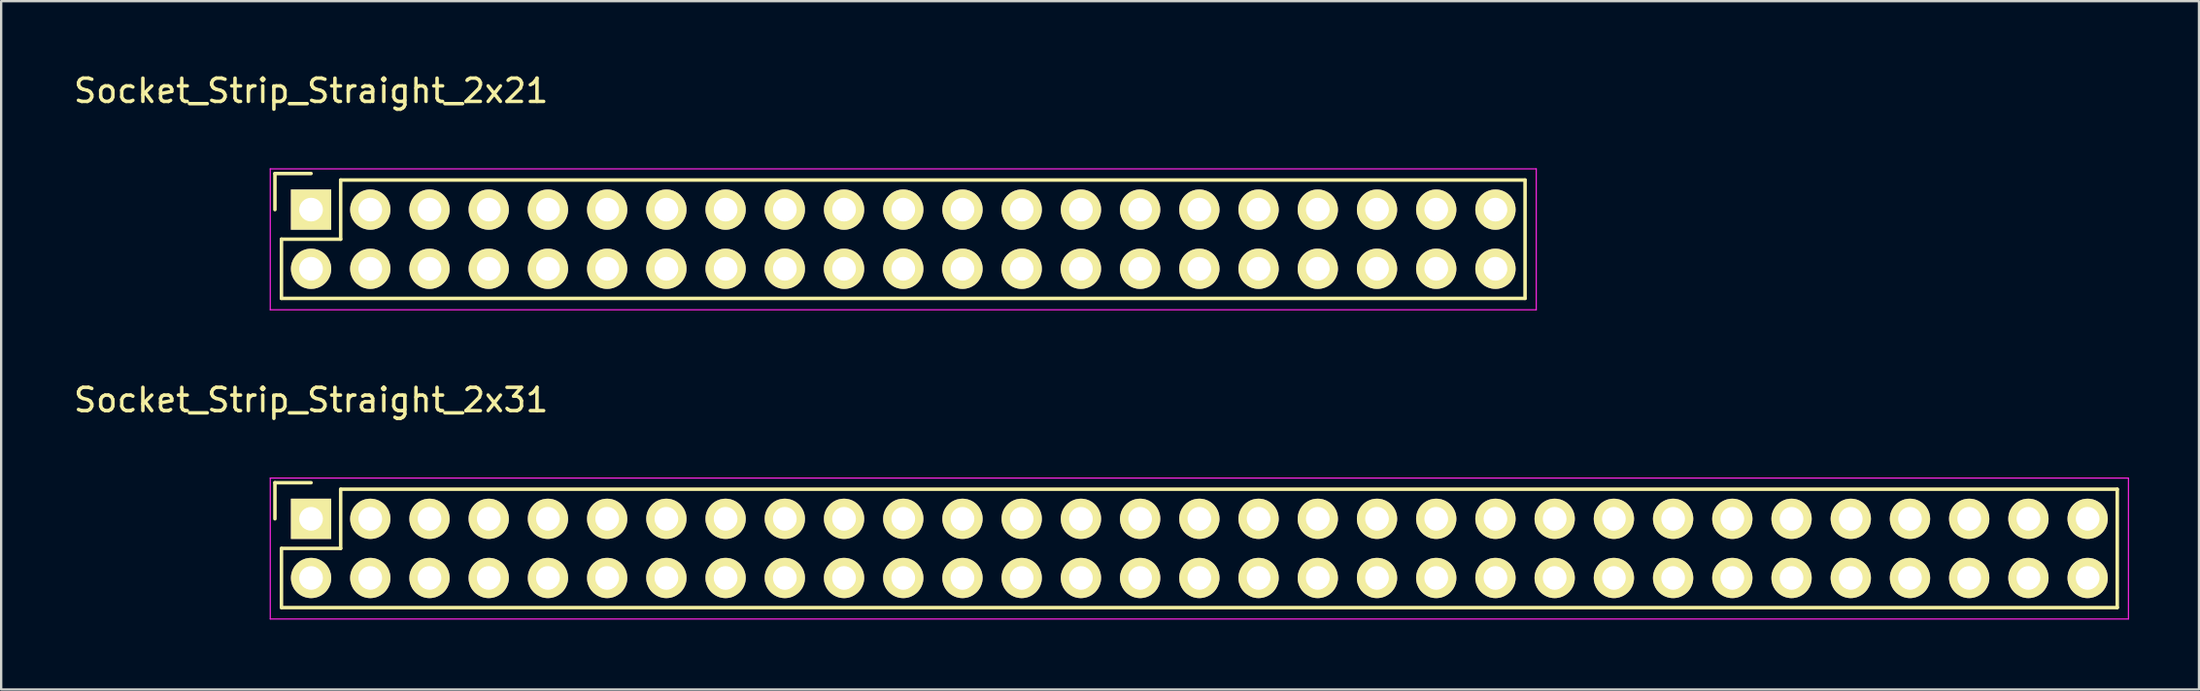
<source format=kicad_pcb>
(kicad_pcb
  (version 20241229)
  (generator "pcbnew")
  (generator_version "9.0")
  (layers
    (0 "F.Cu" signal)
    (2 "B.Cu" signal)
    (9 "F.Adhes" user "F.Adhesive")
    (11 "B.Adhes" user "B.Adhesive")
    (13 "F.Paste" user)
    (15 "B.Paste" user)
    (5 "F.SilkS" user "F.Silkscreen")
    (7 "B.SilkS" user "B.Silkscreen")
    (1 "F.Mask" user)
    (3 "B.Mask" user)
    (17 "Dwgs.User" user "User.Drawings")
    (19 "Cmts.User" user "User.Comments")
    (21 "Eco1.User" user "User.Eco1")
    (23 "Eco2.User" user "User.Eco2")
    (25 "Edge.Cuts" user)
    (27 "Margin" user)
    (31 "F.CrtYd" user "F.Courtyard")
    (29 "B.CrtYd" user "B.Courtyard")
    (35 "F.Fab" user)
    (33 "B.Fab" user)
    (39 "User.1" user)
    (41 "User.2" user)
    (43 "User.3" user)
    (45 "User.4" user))
  (footprint "Socket_Strip_Straight_2x21"
    (layer "F.Cu")
    (at 10.292 5.948)
    (property "Reference" "Socket_Strip_Straight_2x21" (at 0 -5.1 0) (layer "F.SilkS") (effects (font (size 1 1) (thickness 0.15))))
    (attr through_hole)
    (fp_line (start -1.55 -1.55) (end -1.55 0) (stroke (width 0.15) (type solid)) (layer "F.SilkS"))
    (fp_line (start -1.27 1.27) (end 1.27 1.27) (stroke (width 0.15) (type solid)) (layer "F.SilkS"))
    (fp_line (start -1.27 3.81) (end -1.27 1.27) (stroke (width 0.15) (type solid)) (layer "F.SilkS"))
    (fp_line (start 0 -1.55) (end -1.55 -1.55) (stroke (width 0.15) (type solid)) (layer "F.SilkS"))
    (fp_line (start 1.27 -1.27) (end 52.07 -1.27) (stroke (width 0.15) (type solid)) (layer "F.SilkS"))
    (fp_line (start 1.27 1.27) (end 1.27 -1.27) (stroke (width 0.15) (type solid)) (layer "F.SilkS"))
    (fp_line (start 52.07 3.81) (end -1.27 3.81) (stroke (width 0.15) (type solid)) (layer "F.SilkS"))
    (fp_line (start 52.07 3.81) (end 52.07 -1.27) (stroke (width 0.15) (type solid)) (layer "F.SilkS"))
    (fp_line (start -1.75 -1.75) (end -1.75 4.3) (stroke (width 0.05) (type solid)) (layer "F.CrtYd"))
    (fp_line (start -1.75 -1.75) (end 52.55 -1.75) (stroke (width 0.05) (type solid)) (layer "F.CrtYd"))
    (fp_line (start -1.75 4.3) (end 52.55 4.3) (stroke (width 0.05) (type solid)) (layer "F.CrtYd"))
    (fp_line (start 52.55 -1.75) (end 52.55 4.3) (stroke (width 0.05) (type solid)) (layer "F.CrtYd"))
    (pad "1" thru_hole rect (at 0 0) (size 1.727 1.727) (drill 1.016) (layers "*.Cu" "*.Mask" "F.SilkS"))
    (pad "2" thru_hole oval (at 0 2.54) (size 1.727 1.727) (drill 1.016) (layers "*.Cu" "*.Mask" "F.SilkS"))
    (pad "3" thru_hole oval (at 2.54 0) (size 1.727 1.727) (drill 1.016) (layers "*.Cu" "*.Mask" "F.SilkS"))
    (pad "4" thru_hole oval (at 2.54 2.54) (size 1.727 1.727) (drill 1.016) (layers "*.Cu" "*.Mask" "F.SilkS"))
    (pad "5" thru_hole oval (at 5.08 0) (size 1.727 1.727) (drill 1.016) (layers "*.Cu" "*.Mask" "F.SilkS"))
    (pad "6" thru_hole oval (at 5.08 2.54) (size 1.727 1.727) (drill 1.016) (layers "*.Cu" "*.Mask" "F.SilkS"))
    (pad "7" thru_hole oval (at 7.62 0) (size 1.727 1.727) (drill 1.016) (layers "*.Cu" "*.Mask" "F.SilkS"))
    (pad "8" thru_hole oval (at 7.62 2.54) (size 1.727 1.727) (drill 1.016) (layers "*.Cu" "*.Mask" "F.SilkS"))
    (pad "9" thru_hole oval (at 10.16 0) (size 1.727 1.727) (drill 1.016) (layers "*.Cu" "*.Mask" "F.SilkS"))
    (pad "10" thru_hole oval (at 10.16 2.54) (size 1.727 1.727) (drill 1.016) (layers "*.Cu" "*.Mask" "F.SilkS"))
    (pad "11" thru_hole oval (at 12.7 0) (size 1.727 1.727) (drill 1.016) (layers "*.Cu" "*.Mask" "F.SilkS"))
    (pad "12" thru_hole oval (at 12.7 2.54) (size 1.727 1.727) (drill 1.016) (layers "*.Cu" "*.Mask" "F.SilkS"))
    (pad "13" thru_hole oval (at 15.24 0) (size 1.727 1.727) (drill 1.016) (layers "*.Cu" "*.Mask" "F.SilkS"))
    (pad "14" thru_hole oval (at 15.24 2.54) (size 1.727 1.727) (drill 1.016) (layers "*.Cu" "*.Mask" "F.SilkS"))
    (pad "15" thru_hole oval (at 17.78 0) (size 1.727 1.727) (drill 1.016) (layers "*.Cu" "*.Mask" "F.SilkS"))
    (pad "16" thru_hole oval (at 17.78 2.54) (size 1.727 1.727) (drill 1.016) (layers "*.Cu" "*.Mask" "F.SilkS"))
    (pad "17" thru_hole oval (at 20.32 0) (size 1.727 1.727) (drill 1.016) (layers "*.Cu" "*.Mask" "F.SilkS"))
    (pad "18" thru_hole oval (at 20.32 2.54) (size 1.727 1.727) (drill 1.016) (layers "*.Cu" "*.Mask" "F.SilkS"))
    (pad "19" thru_hole oval (at 22.86 0) (size 1.727 1.727) (drill 1.016) (layers "*.Cu" "*.Mask" "F.SilkS"))
    (pad "20" thru_hole oval (at 22.86 2.54) (size 1.727 1.727) (drill 1.016) (layers "*.Cu" "*.Mask" "F.SilkS"))
    (pad "21" thru_hole oval (at 25.4 0) (size 1.727 1.727) (drill 1.016) (layers "*.Cu" "*.Mask" "F.SilkS"))
    (pad "22" thru_hole oval (at 25.4 2.54) (size 1.727 1.727) (drill 1.016) (layers "*.Cu" "*.Mask" "F.SilkS"))
    (pad "23" thru_hole oval (at 27.94 0) (size 1.727 1.727) (drill 1.016) (layers "*.Cu" "*.Mask" "F.SilkS"))
    (pad "24" thru_hole oval (at 27.94 2.54) (size 1.727 1.727) (drill 1.016) (layers "*.Cu" "*.Mask" "F.SilkS"))
    (pad "25" thru_hole oval (at 30.48 0) (size 1.727 1.727) (drill 1.016) (layers "*.Cu" "*.Mask" "F.SilkS"))
    (pad "26" thru_hole oval (at 30.48 2.54) (size 1.727 1.727) (drill 1.016) (layers "*.Cu" "*.Mask" "F.SilkS"))
    (pad "27" thru_hole oval (at 33.02 0) (size 1.727 1.727) (drill 1.016) (layers "*.Cu" "*.Mask" "F.SilkS"))
    (pad "28" thru_hole oval (at 33.02 2.54) (size 1.727 1.727) (drill 1.016) (layers "*.Cu" "*.Mask" "F.SilkS"))
    (pad "29" thru_hole oval (at 35.56 0) (size 1.727 1.727) (drill 1.016) (layers "*.Cu" "*.Mask" "F.SilkS"))
    (pad "30" thru_hole oval (at 35.56 2.54) (size 1.727 1.727) (drill 1.016) (layers "*.Cu" "*.Mask" "F.SilkS"))
    (pad "31" thru_hole oval (at 38.1 0) (size 1.727 1.727) (drill 1.016) (layers "*.Cu" "*.Mask" "F.SilkS"))
    (pad "32" thru_hole oval (at 38.1 2.54) (size 1.727 1.727) (drill 1.016) (layers "*.Cu" "*.Mask" "F.SilkS"))
    (pad "33" thru_hole oval (at 40.64 0) (size 1.727 1.727) (drill 1.016) (layers "*.Cu" "*.Mask" "F.SilkS"))
    (pad "34" thru_hole oval (at 40.64 2.54) (size 1.727 1.727) (drill 1.016) (layers "*.Cu" "*.Mask" "F.SilkS"))
    (pad "35" thru_hole oval (at 43.18 0) (size 1.727 1.727) (drill 1.016) (layers "*.Cu" "*.Mask" "F.SilkS"))
    (pad "36" thru_hole oval (at 43.18 2.54) (size 1.727 1.727) (drill 1.016) (layers "*.Cu" "*.Mask" "F.SilkS"))
    (pad "37" thru_hole oval (at 45.72 0) (size 1.727 1.727) (drill 1.016) (layers "*.Cu" "*.Mask" "F.SilkS"))
    (pad "38" thru_hole oval (at 45.72 2.54) (size 1.727 1.727) (drill 1.016) (layers "*.Cu" "*.Mask" "F.SilkS"))
    (pad "39" thru_hole oval (at 48.26 0) (size 1.727 1.727) (drill 1.016) (layers "*.Cu" "*.Mask" "F.SilkS"))
    (pad "40" thru_hole oval (at 48.26 2.54) (size 1.727 1.727) (drill 1.016) (layers "*.Cu" "*.Mask" "F.SilkS"))
    (pad "41" thru_hole oval (at 50.8 0) (size 1.727 1.727) (drill 1.016) (layers "*.Cu" "*.Mask" "F.SilkS"))
    (pad "42" thru_hole oval (at 50.8 2.54) (size 1.727 1.727) (drill 1.016) (layers "*.Cu" "*.Mask" "F.SilkS")))
  (footprint "Socket_Strip_Straight_2x31"
    (layer "F.Cu")
    (at 10.292 19.221)
    (property "Reference" "Socket_Strip_Straight_2x31" (at 0 -5.1 0) (layer "F.SilkS") (effects (font (size 1 1) (thickness 0.15))))
    (attr through_hole)
    (fp_line (start -1.55 -1.55) (end -1.55 0) (stroke (width 0.15) (type solid)) (layer "F.SilkS"))
    (fp_line (start -1.27 1.27) (end 1.27 1.27) (stroke (width 0.15) (type solid)) (layer "F.SilkS"))
    (fp_line (start -1.27 3.81) (end -1.27 1.27) (stroke (width 0.15) (type solid)) (layer "F.SilkS"))
    (fp_line (start -1.27 3.81) (end 77.47 3.81) (stroke (width 0.15) (type solid)) (layer "F.SilkS"))
    (fp_line (start 0 -1.55) (end -1.55 -1.55) (stroke (width 0.15) (type solid)) (layer "F.SilkS"))
    (fp_line (start 1.27 1.27) (end 1.27 -1.27) (stroke (width 0.15) (type solid)) (layer "F.SilkS"))
    (fp_line (start 77.47 -1.27) (end 1.27 -1.27) (stroke (width 0.15) (type solid)) (layer "F.SilkS"))
    (fp_line (start 77.47 3.81) (end 77.47 -1.27) (stroke (width 0.15) (type solid)) (layer "F.SilkS"))
    (fp_line (start -1.75 -1.75) (end -1.75 4.3) (stroke (width 0.05) (type solid)) (layer "F.CrtYd"))
    (fp_line (start -1.75 -1.75) (end 77.95 -1.75) (stroke (width 0.05) (type solid)) (layer "F.CrtYd"))
    (fp_line (start -1.75 4.3) (end 77.95 4.3) (stroke (width 0.05) (type solid)) (layer "F.CrtYd"))
    (fp_line (start 77.95 -1.75) (end 77.95 4.3) (stroke (width 0.05) (type solid)) (layer "F.CrtYd"))
    (pad "1" thru_hole rect (at 0 0) (size 1.727 1.727) (drill 1.016) (layers "*.Cu" "*.Mask" "F.SilkS"))
    (pad "2" thru_hole oval (at 0 2.54) (size 1.727 1.727) (drill 1.016) (layers "*.Cu" "*.Mask" "F.SilkS"))
    (pad "3" thru_hole oval (at 2.54 0) (size 1.727 1.727) (drill 1.016) (layers "*.Cu" "*.Mask" "F.SilkS"))
    (pad "4" thru_hole oval (at 2.54 2.54) (size 1.727 1.727) (drill 1.016) (layers "*.Cu" "*.Mask" "F.SilkS"))
    (pad "5" thru_hole oval (at 5.08 0) (size 1.727 1.727) (drill 1.016) (layers "*.Cu" "*.Mask" "F.SilkS"))
    (pad "6" thru_hole oval (at 5.08 2.54) (size 1.727 1.727) (drill 1.016) (layers "*.Cu" "*.Mask" "F.SilkS"))
    (pad "7" thru_hole oval (at 7.62 0) (size 1.727 1.727) (drill 1.016) (layers "*.Cu" "*.Mask" "F.SilkS"))
    (pad "8" thru_hole oval (at 7.62 2.54) (size 1.727 1.727) (drill 1.016) (layers "*.Cu" "*.Mask" "F.SilkS"))
    (pad "9" thru_hole oval (at 10.16 0) (size 1.727 1.727) (drill 1.016) (layers "*.Cu" "*.Mask" "F.SilkS"))
    (pad "10" thru_hole oval (at 10.16 2.54) (size 1.727 1.727) (drill 1.016) (layers "*.Cu" "*.Mask" "F.SilkS"))
    (pad "11" thru_hole oval (at 12.7 0) (size 1.727 1.727) (drill 1.016) (layers "*.Cu" "*.Mask" "F.SilkS"))
    (pad "12" thru_hole oval (at 12.7 2.54) (size 1.727 1.727) (drill 1.016) (layers "*.Cu" "*.Mask" "F.SilkS"))
    (pad "13" thru_hole oval (at 15.24 0) (size 1.727 1.727) (drill 1.016) (layers "*.Cu" "*.Mask" "F.SilkS"))
    (pad "14" thru_hole oval (at 15.24 2.54) (size 1.727 1.727) (drill 1.016) (layers "*.Cu" "*.Mask" "F.SilkS"))
    (pad "15" thru_hole oval (at 17.78 0) (size 1.727 1.727) (drill 1.016) (layers "*.Cu" "*.Mask" "F.SilkS"))
    (pad "16" thru_hole oval (at 17.78 2.54) (size 1.727 1.727) (drill 1.016) (layers "*.Cu" "*.Mask" "F.SilkS"))
    (pad "17" thru_hole oval (at 20.32 0) (size 1.727 1.727) (drill 1.016) (layers "*.Cu" "*.Mask" "F.SilkS"))
    (pad "18" thru_hole oval (at 20.32 2.54) (size 1.727 1.727) (drill 1.016) (layers "*.Cu" "*.Mask" "F.SilkS"))
    (pad "19" thru_hole oval (at 22.86 0) (size 1.727 1.727) (drill 1.016) (layers "*.Cu" "*.Mask" "F.SilkS"))
    (pad "20" thru_hole oval (at 22.86 2.54) (size 1.727 1.727) (drill 1.016) (layers "*.Cu" "*.Mask" "F.SilkS"))
    (pad "21" thru_hole oval (at 25.4 0) (size 1.727 1.727) (drill 1.016) (layers "*.Cu" "*.Mask" "F.SilkS"))
    (pad "22" thru_hole oval (at 25.4 2.54) (size 1.727 1.727) (drill 1.016) (layers "*.Cu" "*.Mask" "F.SilkS"))
    (pad "23" thru_hole oval (at 27.94 0) (size 1.727 1.727) (drill 1.016) (layers "*.Cu" "*.Mask" "F.SilkS"))
    (pad "24" thru_hole oval (at 27.94 2.54) (size 1.727 1.727) (drill 1.016) (layers "*.Cu" "*.Mask" "F.SilkS"))
    (pad "25" thru_hole oval (at 30.48 0) (size 1.727 1.727) (drill 1.016) (layers "*.Cu" "*.Mask" "F.SilkS"))
    (pad "26" thru_hole oval (at 30.48 2.54) (size 1.727 1.727) (drill 1.016) (layers "*.Cu" "*.Mask" "F.SilkS"))
    (pad "27" thru_hole oval (at 33.02 0) (size 1.727 1.727) (drill 1.016) (layers "*.Cu" "*.Mask" "F.SilkS"))
    (pad "28" thru_hole oval (at 33.02 2.54) (size 1.727 1.727) (drill 1.016) (layers "*.Cu" "*.Mask" "F.SilkS"))
    (pad "29" thru_hole oval (at 35.56 0) (size 1.727 1.727) (drill 1.016) (layers "*.Cu" "*.Mask" "F.SilkS"))
    (pad "30" thru_hole oval (at 35.56 2.54) (size 1.727 1.727) (drill 1.016) (layers "*.Cu" "*.Mask" "F.SilkS"))
    (pad "31" thru_hole oval (at 38.1 0) (size 1.727 1.727) (drill 1.016) (layers "*.Cu" "*.Mask" "F.SilkS"))
    (pad "32" thru_hole oval (at 38.1 2.54) (size 1.727 1.727) (drill 1.016) (layers "*.Cu" "*.Mask" "F.SilkS"))
    (pad "33" thru_hole oval (at 40.64 0) (size 1.727 1.727) (drill 1.016) (layers "*.Cu" "*.Mask" "F.SilkS"))
    (pad "34" thru_hole oval (at 40.64 2.54) (size 1.727 1.727) (drill 1.016) (layers "*.Cu" "*.Mask" "F.SilkS"))
    (pad "35" thru_hole oval (at 43.18 0) (size 1.727 1.727) (drill 1.016) (layers "*.Cu" "*.Mask" "F.SilkS"))
    (pad "36" thru_hole oval (at 43.18 2.54) (size 1.727 1.727) (drill 1.016) (layers "*.Cu" "*.Mask" "F.SilkS"))
    (pad "37" thru_hole oval (at 45.72 0) (size 1.727 1.727) (drill 1.016) (layers "*.Cu" "*.Mask" "F.SilkS"))
    (pad "38" thru_hole oval (at 45.72 2.54) (size 1.727 1.727) (drill 1.016) (layers "*.Cu" "*.Mask" "F.SilkS"))
    (pad "39" thru_hole oval (at 48.26 0) (size 1.727 1.727) (drill 1.016) (layers "*.Cu" "*.Mask" "F.SilkS"))
    (pad "40" thru_hole oval (at 48.26 2.54) (size 1.727 1.727) (drill 1.016) (layers "*.Cu" "*.Mask" "F.SilkS"))
    (pad "41" thru_hole oval (at 50.8 0) (size 1.727 1.727) (drill 1.016) (layers "*.Cu" "*.Mask" "F.SilkS"))
    (pad "42" thru_hole oval (at 50.8 2.54) (size 1.727 1.727) (drill 1.016) (layers "*.Cu" "*.Mask" "F.SilkS"))
    (pad "43" thru_hole oval (at 53.34 0) (size 1.727 1.727) (drill 1.016) (layers "*.Cu" "*.Mask" "F.SilkS"))
    (pad "44" thru_hole oval (at 53.34 2.54) (size 1.727 1.727) (drill 1.016) (layers "*.Cu" "*.Mask" "F.SilkS"))
    (pad "45" thru_hole oval (at 55.88 0) (size 1.727 1.727) (drill 1.016) (layers "*.Cu" "*.Mask" "F.SilkS"))
    (pad "46" thru_hole oval (at 55.88 2.54) (size 1.727 1.727) (drill 1.016) (layers "*.Cu" "*.Mask" "F.SilkS"))
    (pad "47" thru_hole oval (at 58.42 0) (size 1.727 1.727) (drill 1.016) (layers "*.Cu" "*.Mask" "F.SilkS"))
    (pad "48" thru_hole oval (at 58.42 2.54) (size 1.727 1.727) (drill 1.016) (layers "*.Cu" "*.Mask" "F.SilkS"))
    (pad "49" thru_hole oval (at 60.96 0) (size 1.727 1.727) (drill 1.016) (layers "*.Cu" "*.Mask" "F.SilkS"))
    (pad "50" thru_hole oval (at 60.96 2.54) (size 1.727 1.727) (drill 1.016) (layers "*.Cu" "*.Mask" "F.SilkS"))
    (pad "51" thru_hole oval (at 63.5 0) (size 1.727 1.727) (drill 1.016) (layers "*.Cu" "*.Mask" "F.SilkS"))
    (pad "52" thru_hole oval (at 63.5 2.54) (size 1.727 1.727) (drill 1.016) (layers "*.Cu" "*.Mask" "F.SilkS"))
    (pad "53" thru_hole oval (at 66.04 0) (size 1.727 1.727) (drill 1.016) (layers "*.Cu" "*.Mask" "F.SilkS"))
    (pad "54" thru_hole oval (at 66.04 2.54) (size 1.727 1.727) (drill 1.016) (layers "*.Cu" "*.Mask" "F.SilkS"))
    (pad "55" thru_hole oval (at 68.58 0) (size 1.727 1.727) (drill 1.016) (layers "*.Cu" "*.Mask" "F.SilkS"))
    (pad "56" thru_hole oval (at 68.58 2.54) (size 1.727 1.727) (drill 1.016) (layers "*.Cu" "*.Mask" "F.SilkS"))
    (pad "57" thru_hole oval (at 71.12 0) (size 1.727 1.727) (drill 1.016) (layers "*.Cu" "*.Mask" "F.SilkS"))
    (pad "58" thru_hole oval (at 71.12 2.54) (size 1.727 1.727) (drill 1.016) (layers "*.Cu" "*.Mask" "F.SilkS"))
    (pad "59" thru_hole oval (at 73.66 0) (size 1.727 1.727) (drill 1.016) (layers "*.Cu" "*.Mask" "F.SilkS"))
    (pad "60" thru_hole oval (at 73.66 2.54) (size 1.727 1.727) (drill 1.016) (layers "*.Cu" "*.Mask" "F.SilkS"))
    (pad "61" thru_hole oval (at 76.2 0) (size 1.727 1.727) (drill 1.016) (layers "*.Cu" "*.Mask" "F.SilkS"))
    (pad "62" thru_hole oval (at 76.2 2.54) (size 1.727 1.727) (drill 1.016) (layers "*.Cu" "*.Mask" "F.SilkS")))
  (gr_rect
    (start -3 -3)
    (end 91.267 26.547)
    (stroke (width 0.1) (type default))
    (fill no)
    (layer "Edge.Cuts")))
</source>
